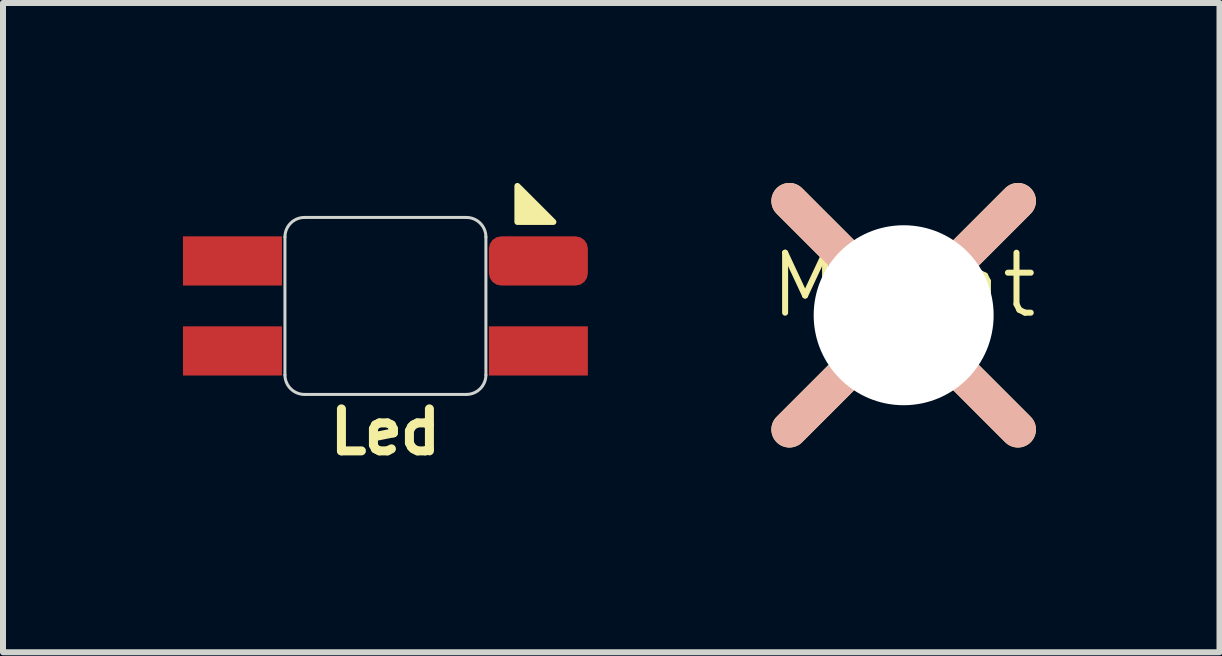
<source format=kicad_pcb>
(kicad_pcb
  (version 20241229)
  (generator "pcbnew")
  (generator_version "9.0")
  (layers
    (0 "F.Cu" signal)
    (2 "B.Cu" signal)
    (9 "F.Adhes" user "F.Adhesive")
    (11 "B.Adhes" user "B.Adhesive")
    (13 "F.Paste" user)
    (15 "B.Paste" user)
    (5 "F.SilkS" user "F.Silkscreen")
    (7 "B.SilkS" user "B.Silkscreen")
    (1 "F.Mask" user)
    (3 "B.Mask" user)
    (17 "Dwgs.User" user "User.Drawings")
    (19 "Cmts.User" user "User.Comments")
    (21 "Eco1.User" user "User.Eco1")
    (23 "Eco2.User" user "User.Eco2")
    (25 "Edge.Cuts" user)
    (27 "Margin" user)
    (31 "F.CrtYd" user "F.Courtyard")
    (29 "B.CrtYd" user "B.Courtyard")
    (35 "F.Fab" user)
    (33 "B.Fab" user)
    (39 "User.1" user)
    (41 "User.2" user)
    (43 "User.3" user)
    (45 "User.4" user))
  (footprint "Mount"
    (layer "F.Cu")
    (at 12.014 2.205)
    (property "Reference" "Mount" (at 0 -0.5 0) (unlocked yes) (layer "F.SilkS") (effects (font (size 1 1) (thickness 0.1))))
    (attr through_hole)
    (fp_line (start -1.905 -1.905) (end 1.905 1.905) (stroke (width 0.6) (type default)) (layer "F.SilkS"))
    (fp_line (start 1.905 -1.905) (end -1.905 1.905) (stroke (width 0.6) (type default)) (layer "F.SilkS"))
    (fp_line (start -1.905 -1.905) (end 1.905 1.905) (stroke (width 0.6) (type default)) (layer "B.SilkS"))
    (fp_line (start 1.905 -1.905) (end -1.905 1.905) (stroke (width 0.6) (type default)) (layer "B.SilkS"))
    (pad "" np_thru_hole circle (at 0 0) (size 3 3) (drill 3) (layers "*.Cu" "*.Mask")))
  (footprint "Led"
    (layer "F.Cu")
    (at 3.375 2.05)
    (property "Reference" "Led" (at 0 2.1 0) (unlocked yes) (layer "F.SilkS") (effects (font (size 0.7 0.7) (thickness 0.15))))
    (attr through_hole)
    (fp_poly (pts (xy 2.8 -1.4) (xy 2.2 -1.4) (xy 2.2 -2)) (stroke (width 0.1) (type solid)) (fill yes) (layer "F.SilkS"))
    (fp_line (start -1.675 1.15) (end -1.675 -1.15) (stroke (width 0.05) (type solid)) (layer "Edge.Cuts"))
    (fp_line (start -1.35 -1.475) (end 1.35 -1.475) (stroke (width 0.05) (type solid)) (layer "Edge.Cuts"))
    (fp_line (start 1.35 1.475) (end -1.35 1.475) (stroke (width 0.05) (type solid)) (layer "Edge.Cuts"))
    (fp_line (start 1.675 -1.15) (end 1.675 1.15) (stroke (width 0.05) (type solid)) (layer "Edge.Cuts"))
    (fp_arc (start -1.675 -1.15) (mid -1.579809 -1.379809) (end -1.35 -1.475) (stroke (width 0.05) (type default)) (layer "Edge.Cuts"))
    (fp_arc (start -1.35 1.475) (mid -1.579809 1.379809) (end -1.675 1.15) (stroke (width 0.05) (type default)) (layer "Edge.Cuts"))
    (fp_arc (start 1.35 -1.475) (mid 1.57981 -1.37981) (end 1.675 -1.15) (stroke (width 0.05) (type default)) (layer "Edge.Cuts"))
    (fp_arc (start 1.675 1.15) (mid 1.57981 1.37981) (end 1.35 1.475) (stroke (width 0.05) (type default)) (layer "Edge.Cuts"))
    (pad "1" smd rect (at -2.55 0.75) (size 1.65 0.82) (layers "F.Cu" "F.Mask" "F.Paste"))
    (pad "2" smd rect (at -2.55 -0.75) (size 1.65 0.82) (layers "F.Cu" "F.Mask" "F.Paste"))
    (pad "3" smd roundrect (at 2.55 -0.75) (size 1.65 0.82) (layers "F.Cu" "F.Mask" "F.Paste") (roundrect_rratio 0.25))
    (pad "4" smd rect (at 2.55 0.75) (size 1.65 0.82) (layers "F.Cu" "F.Mask" "F.Paste")))
  (gr_rect
    (start -3 -3)
    (end 17.279 7.823)
    (stroke (width 0.1) (type default))
    (fill no)
    (layer "Edge.Cuts")))
</source>
